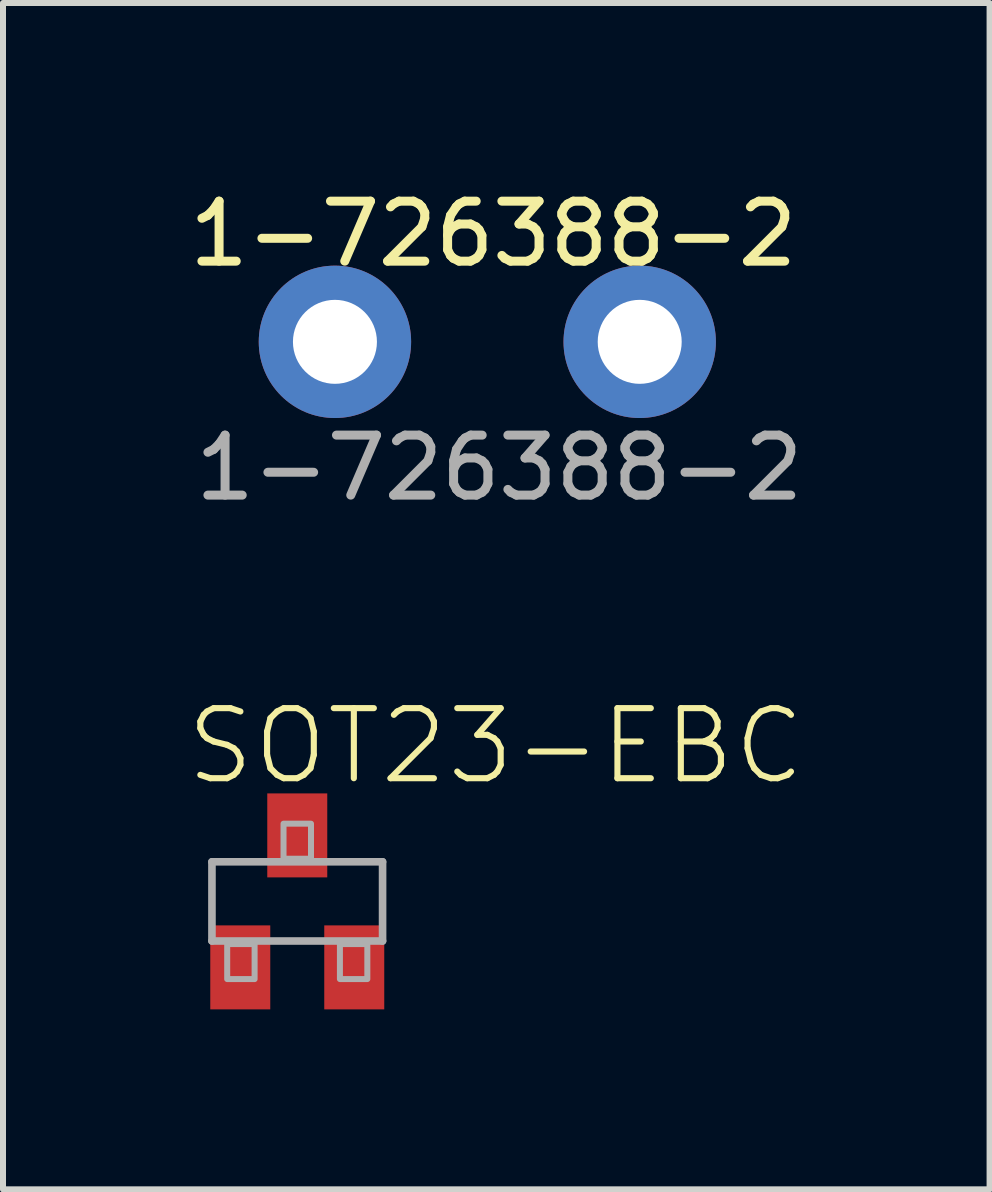
<source format=kicad_pcb>
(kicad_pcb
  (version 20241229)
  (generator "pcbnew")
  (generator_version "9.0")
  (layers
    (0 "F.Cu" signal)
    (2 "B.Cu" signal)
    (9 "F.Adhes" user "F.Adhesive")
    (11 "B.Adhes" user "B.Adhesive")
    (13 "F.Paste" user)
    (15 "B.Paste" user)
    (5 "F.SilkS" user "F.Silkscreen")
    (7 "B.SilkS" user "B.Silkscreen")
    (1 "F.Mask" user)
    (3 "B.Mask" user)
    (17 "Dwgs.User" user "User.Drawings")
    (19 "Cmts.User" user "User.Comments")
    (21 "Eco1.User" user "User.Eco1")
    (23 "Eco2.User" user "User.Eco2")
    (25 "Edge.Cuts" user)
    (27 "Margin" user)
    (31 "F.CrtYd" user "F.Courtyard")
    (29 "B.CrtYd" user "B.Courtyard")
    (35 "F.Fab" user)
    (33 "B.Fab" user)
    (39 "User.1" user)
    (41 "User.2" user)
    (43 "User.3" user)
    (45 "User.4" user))
  (footprint "SOT23-EBC"
    (layer "F.Cu")
    (at 1.905 11.975)
    (property "Reference" "SOT23-EBC" (at -1.905 -1.905 0) (layer "F.SilkS") (effects (font (size 1.168 1.168) (thickness 0.102)) (justify left bottom)))
    (fp_line (start -1.422 -0.66) (end 1.422 -0.66) (stroke (width 0.127) (type solid)) (layer "F.Fab"))
    (fp_line (start -1.422 0.66) (end -1.422 -0.66) (stroke (width 0.127) (type solid)) (layer "F.Fab"))
    (fp_line (start 1.422 -0.66) (end 1.422 0.66) (stroke (width 0.127) (type solid)) (layer "F.Fab"))
    (fp_line (start 1.422 0.66) (end -1.422 0.66) (stroke (width 0.127) (type solid)) (layer "F.Fab"))
    (fp_poly (pts (xy -1.168 1.295) (xy -0.711 1.295) (xy -0.711 0.711) (xy -1.168 0.711)) (stroke (width 0.1) (type solid)) (fill no) (layer "F.Fab"))
    (fp_poly (pts (xy -0.229 -0.711) (xy 0.229 -0.711) (xy 0.229 -1.295) (xy -0.229 -1.295)) (stroke (width 0.1) (type solid)) (fill no) (layer "F.Fab"))
    (fp_poly (pts (xy 0.711 1.295) (xy 1.168 1.295) (xy 1.168 0.711) (xy 0.711 0.711)) (stroke (width 0.1) (type solid)) (fill no) (layer "F.Fab"))
    (pad "B" smd rect (at 0.95 1.1) (size 1 1.4) (layers "F.Cu" "F.Mask" "F.Paste"))
    (pad "C" smd rect (at 0 -1.1) (size 1 1.4) (layers "F.Cu" "F.Mask" "F.Paste"))
    (pad "E" smd rect (at -0.95 1.1) (size 1 1.4) (layers "F.Cu" "F.Mask" "F.Paste")))
  (footprint "1-726388-2"
    (layer "F.Cu")
    (at 5.073 2.648)
    (property "Reference" "1-726388-2" (at 0.1 -1.8 0) (unlocked yes) (layer "F.SilkS") (effects (font (size 1 1) (thickness 0.15))))
    (attr through_hole)
    (fp_text user "${REFERENCE}" (at 0.2 2.1 0) (unlocked yes) (layer "F.Fab") (effects (font (size 1 1) (thickness 0.15))))
    (pad "1" thru_hole circle (at -2.54 0) (size 2.54 2.54) (drill 1.4) (layers "*.Cu" "*.Mask"))
    (pad "1" thru_hole circle (at 2.54 0) (size 2.54 2.54) (drill 1.4) (layers "*.Cu" "*.Mask")))
  (gr_rect
    (start -3 -3)
    (end 13.445 16.775)
    (stroke (width 0.1) (type default))
    (fill no)
    (layer "Edge.Cuts")))
</source>
